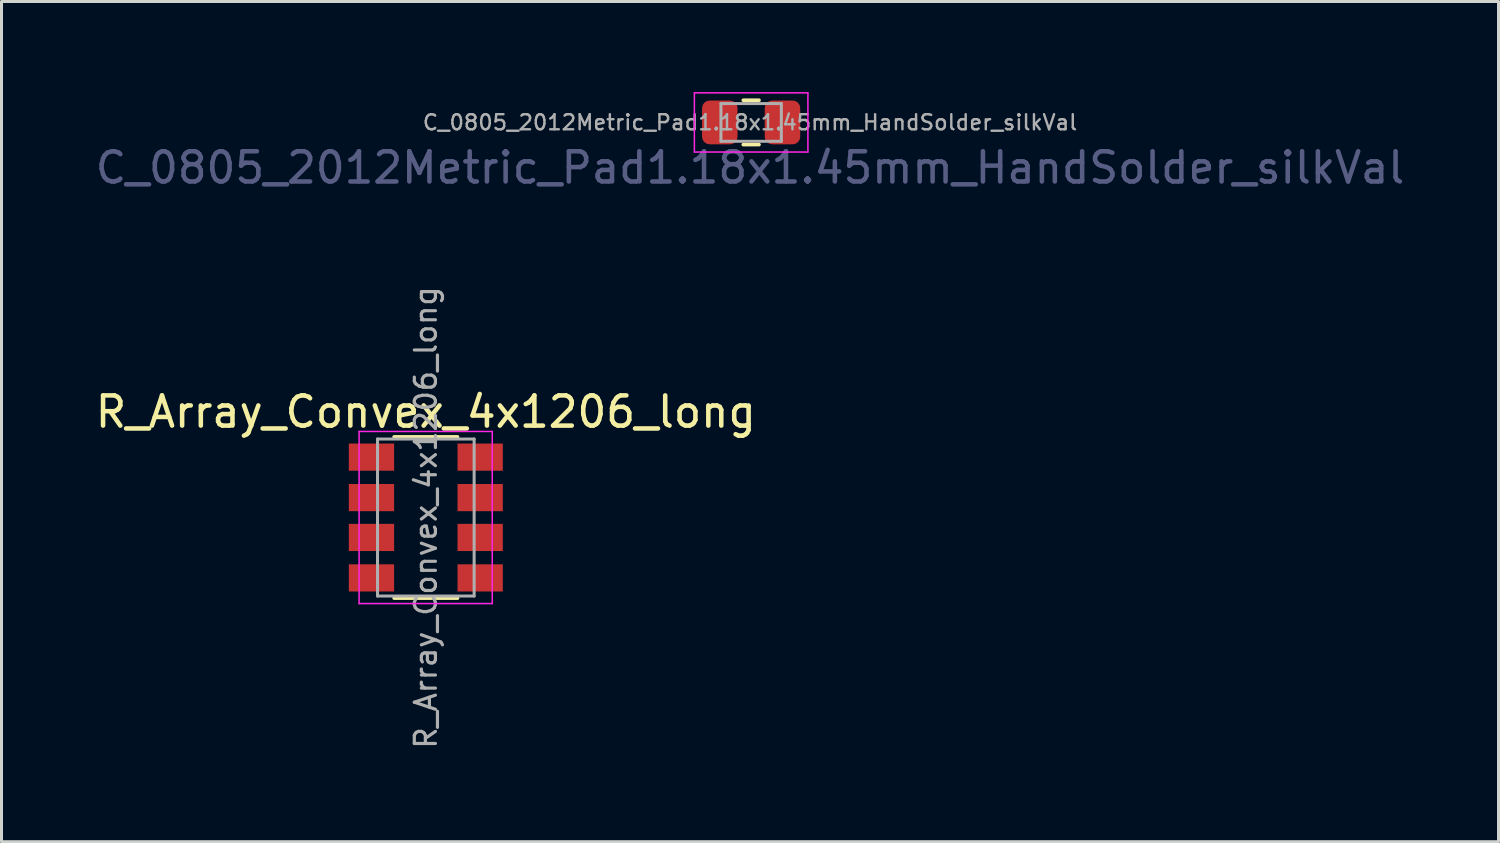
<source format=kicad_pcb>
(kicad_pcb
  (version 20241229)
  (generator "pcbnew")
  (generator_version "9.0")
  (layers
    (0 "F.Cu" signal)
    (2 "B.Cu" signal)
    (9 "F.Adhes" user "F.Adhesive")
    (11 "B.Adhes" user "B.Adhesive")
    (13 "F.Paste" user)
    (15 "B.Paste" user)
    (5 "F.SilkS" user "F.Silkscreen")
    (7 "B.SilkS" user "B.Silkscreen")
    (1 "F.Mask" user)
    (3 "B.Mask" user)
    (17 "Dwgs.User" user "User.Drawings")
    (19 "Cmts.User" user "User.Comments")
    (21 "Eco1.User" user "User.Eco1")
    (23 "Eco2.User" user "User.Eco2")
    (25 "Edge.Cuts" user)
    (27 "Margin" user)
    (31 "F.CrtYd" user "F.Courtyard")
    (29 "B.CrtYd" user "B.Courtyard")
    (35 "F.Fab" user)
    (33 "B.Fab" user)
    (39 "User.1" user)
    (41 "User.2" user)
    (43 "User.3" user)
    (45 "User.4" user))
  (footprint "R_Array_Convex_4x1206_long"
    (layer "F.Cu")
    (at 11.054 14.091)
    (property "Reference" "R_Array_Convex_4x1206_long" (at 0 -3.5 180) (layer "F.SilkS") (effects (font (size 1 1) (thickness 0.15))))
    (attr smd)
    (fp_line (start 1.05 -2.67) (end -1.05 -2.67) (stroke (width 0.12) (type solid)) (layer "F.SilkS"))
    (fp_line (start 1.05 2.67) (end -1.05 2.67) (stroke (width 0.12) (type solid)) (layer "F.SilkS"))
    (fp_line (start -2.21 -2.85) (end -2.21 2.85) (stroke (width 0.05) (type solid)) (layer "F.CrtYd"))
    (fp_line (start -2.21 -2.85) (end 2.2 -2.85) (stroke (width 0.05) (type solid)) (layer "F.CrtYd"))
    (fp_line (start 2.2 2.85) (end -2.21 2.85) (stroke (width 0.05) (type solid)) (layer "F.CrtYd"))
    (fp_line (start 2.2 2.85) (end 2.2 -2.85) (stroke (width 0.05) (type solid)) (layer "F.CrtYd"))
    (fp_line (start -1.6 -2.6) (end -1.6 2.6) (stroke (width 0.1) (type solid)) (layer "F.Fab"))
    (fp_line (start -1.6 2.6) (end 1.6 2.6) (stroke (width 0.1) (type solid)) (layer "F.Fab"))
    (fp_line (start 1.6 -2.6) (end -1.6 -2.6) (stroke (width 0.1) (type solid)) (layer "F.Fab"))
    (fp_line (start 1.6 2.6) (end 1.6 -2.6) (stroke (width 0.1) (type solid)) (layer "F.Fab"))
    (fp_text user "${REFERENCE}" (at 0 0 270) (layer "F.Fab") (effects (font (size 0.7 0.7) (thickness 0.105))))
    (pad "1" smd rect (at -1.8 -2) (size 1.5 0.9) (layers "F.Cu" "F.Mask" "F.Paste"))
    (pad "2" smd rect (at -1.8 -0.66) (size 1.5 0.9) (layers "F.Cu" "F.Mask" "F.Paste"))
    (pad "3" smd rect (at -1.8 0.66) (size 1.5 0.9) (layers "F.Cu" "F.Mask" "F.Paste"))
    (pad "4" smd rect (at -1.8 2) (size 1.5 0.9) (layers "F.Cu" "F.Mask" "F.Paste"))
    (pad "5" smd rect (at 1.8 2) (size 1.5 0.9) (layers "F.Cu" "F.Mask" "F.Paste"))
    (pad "6" smd rect (at 1.8 0.66) (size 1.5 0.9) (layers "F.Cu" "F.Mask" "F.Paste"))
    (pad "7" smd rect (at 1.8 -0.66) (size 1.5 0.9) (layers "F.Cu" "F.Mask" "F.Paste"))
    (pad "8" smd rect (at 1.8 -2) (size 1.5 0.9) (layers "F.Cu" "F.Mask" "F.Paste")))
  (footprint "C_0805_2012Metric_Pad1.18x1.45mm_HandSolder_silkVal"
    (layer "F.Cu")
    (at 21.829 1.005)
    (property "Reference" "C_0805_2012Metric_Pad1.18x1.45mm_HandSolder_silkVal" (at -0.037 1.5 0) (layer "B.Fab") (effects (font (size 1 1) (thickness 0.15))))
    (attr smd)
    (fp_line (start -0.261 -0.735) (end 0.261 -0.735) (stroke (width 0.12) (type solid)) (layer "F.SilkS"))
    (fp_line (start -0.261 0.735) (end 0.261 0.735) (stroke (width 0.12) (type solid)) (layer "F.SilkS"))
    (fp_line (start -1.88 -0.98) (end 1.88 -0.98) (stroke (width 0.05) (type solid)) (layer "F.CrtYd"))
    (fp_line (start -1.88 0.98) (end -1.88 -0.98) (stroke (width 0.05) (type solid)) (layer "F.CrtYd"))
    (fp_line (start 1.88 -0.98) (end 1.88 0.98) (stroke (width 0.05) (type solid)) (layer "F.CrtYd"))
    (fp_line (start 1.88 0.98) (end -1.88 0.98) (stroke (width 0.05) (type solid)) (layer "F.CrtYd"))
    (fp_line (start -1 -0.625) (end 1 -0.625) (stroke (width 0.1) (type solid)) (layer "F.Fab"))
    (fp_line (start -1 0.625) (end -1 -0.625) (stroke (width 0.1) (type solid)) (layer "F.Fab"))
    (fp_line (start 1 -0.625) (end 1 0.625) (stroke (width 0.1) (type solid)) (layer "F.Fab"))
    (fp_line (start 1 0.625) (end -1 0.625) (stroke (width 0.1) (type solid)) (layer "F.Fab"))
    (fp_text user "${REFERENCE}" (at -0.037 0 0) (layer "F.Fab") (effects (font (size 0.5 0.5) (thickness 0.08))))
    (pad "1" smd roundrect (at -1.038 0) (size 1.175 1.45) (layers "F.Cu" "F.Mask" "F.Paste") (roundrect_rratio 0.213))
    (pad "2" smd roundrect (at 1.038 0) (size 1.175 1.45) (layers "F.Cu" "F.Mask" "F.Paste") (roundrect_rratio 0.213)))
  (gr_rect
    (start -3 -3)
    (end 46.583 24.828)
    (stroke (width 0.1) (type default))
    (fill no)
    (layer "Edge.Cuts")))
</source>
